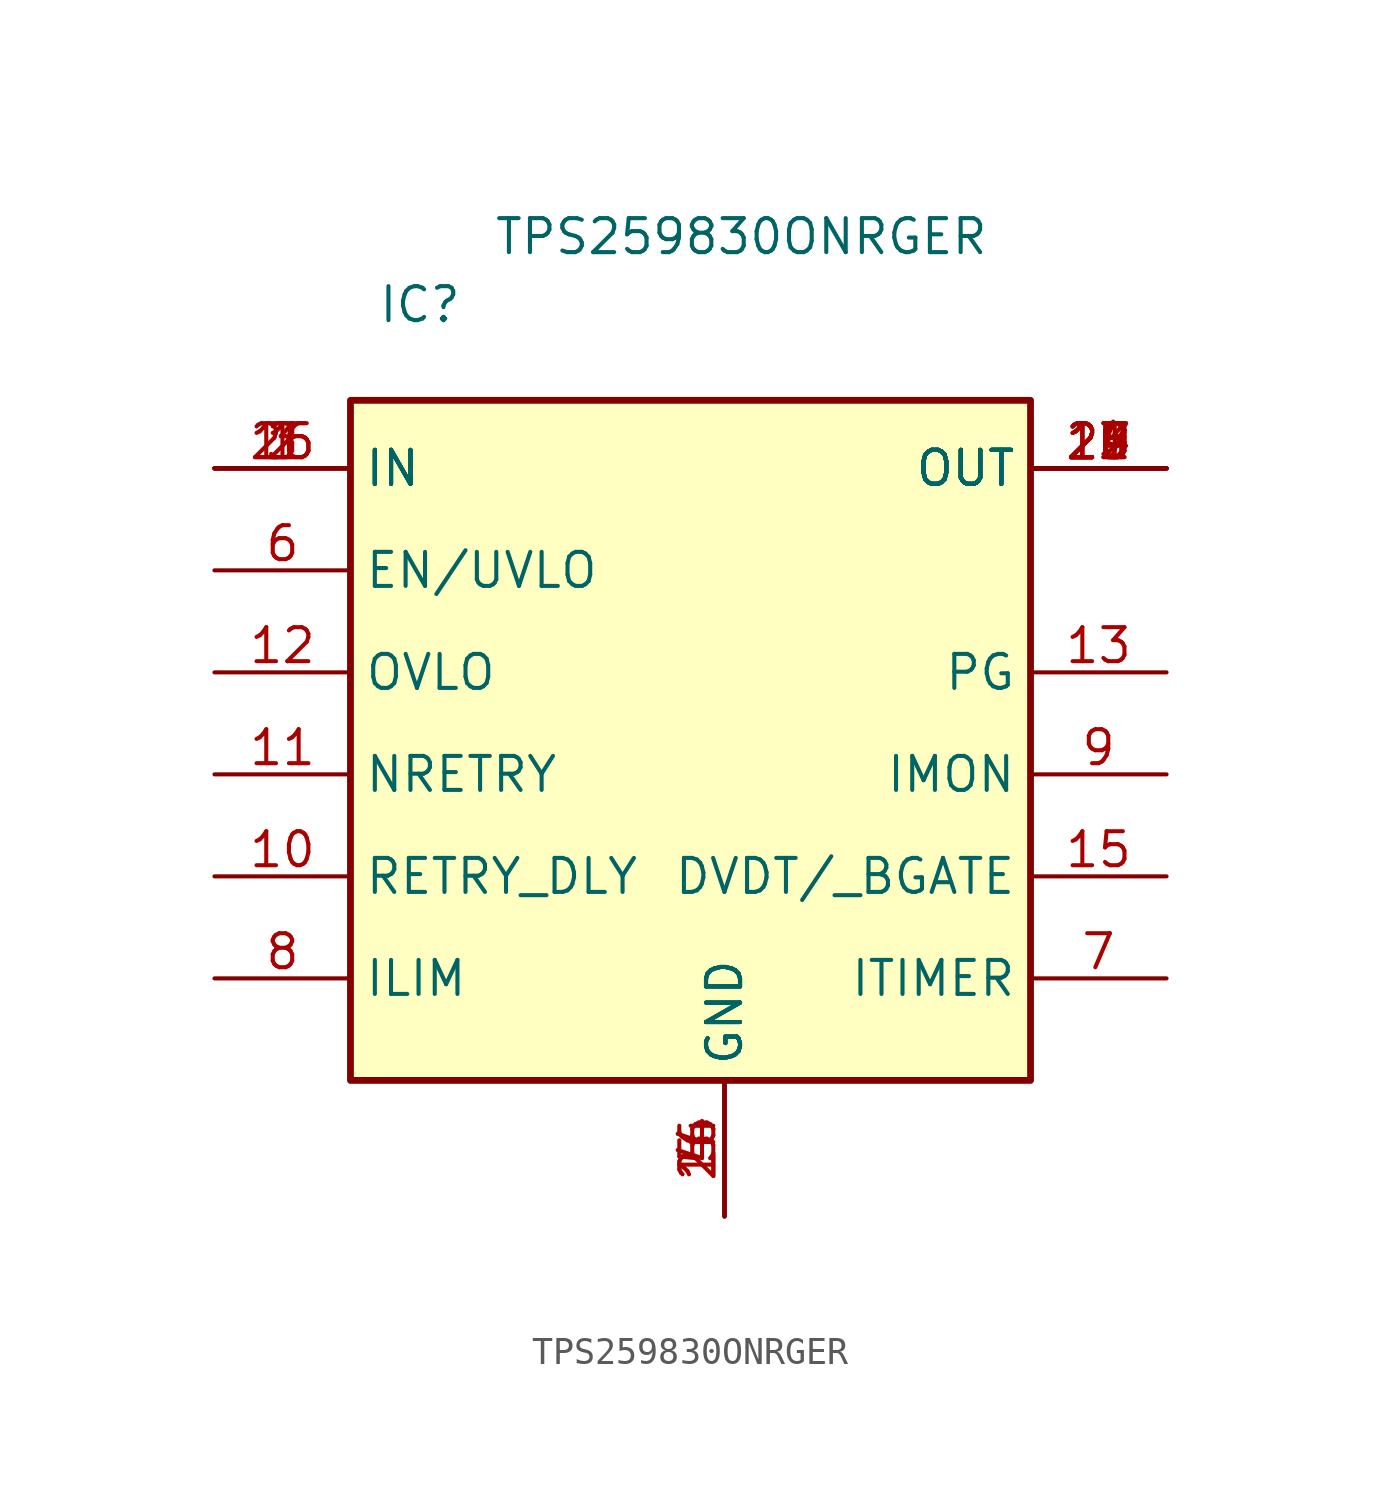
<source format=kicad_sym>
(kicad_symbol_lib
  (version 20241209)
  (generator "kicad_symbol_editor")
  (generator_version "9.0")
  (symbol "TPS259830ONRGER"
    (property "Reference" "IC"
      (at -11.684 17.018 0)
      (effects (font (size 1.27 1.27)) (justify left top)))
    (property "Value" "TPS259830ONRGER"
      (at -7.366 19.558 0)
      (effects (font (size 1.27 1.27)) (justify left top)))
    (symbol "TPS259830ONRGER_1_1"
      (rectangle (start -12.7 12.7) (end 12.7 -12.7) (stroke (width 0.254) (type default)) (fill (type background)))
      (pin passive line (at -17.78 10.16 0) (length 5.08) (name "IN" (effects (font (size 1.27 1.27)))) (number "1" (effects (font (size 1.27 1.27)))))
      (pin passive line (at -17.78 10.16 0) (length 5.08) (name "IN" (effects (font (size 1.27 1.27)))) (number "16" (effects (font (size 1.27 1.27)))))
      (pin passive line (at -17.78 10.16 0) (length 5.08) (name "IN" (effects (font (size 1.27 1.27)))) (number "2" (effects (font (size 1.27 1.27)))))
      (pin passive line (at -17.78 10.16 0) (length 5.08) (name "IN" (effects (font (size 1.27 1.27)))) (number "25" (effects (font (size 1.27 1.27)))))
      (pin passive line (at -17.78 10.16 0) (length 5.08) (name "IN" (effects (font (size 1.27 1.27)))) (number "3" (effects (font (size 1.27 1.27)))))
      (pin passive line (at -17.78 6.35 0) (length 5.08) (name "EN/UVLO" (effects (font (size 1.27 1.27)))) (number "6" (effects (font (size 1.27 1.27)))))
      (pin passive line (at -17.78 2.54 0) (length 5.08) (name "OVLO" (effects (font (size 1.27 1.27)))) (number "12" (effects (font (size 1.27 1.27)))))
      (pin passive line (at -17.78 -1.27 0) (length 5.08) (name "NRETRY" (effects (font (size 1.27 1.27)))) (number "11" (effects (font (size 1.27 1.27)))))
      (pin passive line (at -17.78 -5.08 0) (length 5.08) (name "RETRY_DLY" (effects (font (size 1.27 1.27)))) (number "10" (effects (font (size 1.27 1.27)))))
      (pin passive line (at -17.78 -8.89 0) (length 5.08) (name "ILIM" (effects (font (size 1.27 1.27)))) (number "8" (effects (font (size 1.27 1.27)))))
      (pin passive line (at 1.27 -17.78 90) (length 5.08) (name "GND" (effects (font (size 1.27 1.27)))) (number "14" (effects (font (size 1.27 1.27)))))
      (pin passive line (at 1.27 -17.78 90) (length 5.08) (name "GND" (effects (font (size 1.27 1.27)))) (number "26" (effects (font (size 1.27 1.27)))))
      (pin passive line (at 1.27 -17.78 90) (length 5.08) (name "GND" (effects (font (size 1.27 1.27)))) (number "4" (effects (font (size 1.27 1.27)))))
      (pin passive line (at 1.27 -17.78 90) (length 5.08) (name "GND" (effects (font (size 1.27 1.27)))) (number "5" (effects (font (size 1.27 1.27)))))
      (pin passive line (at 17.78 10.16 180) (length 5.08) (name "OUT" (effects (font (size 1.27 1.27)))) (number "17" (effects (font (size 1.27 1.27)))))
      (pin passive line (at 17.78 10.16 180) (length 5.08) (name "OUT" (effects (font (size 1.27 1.27)))) (number "18" (effects (font (size 1.27 1.27)))))
      (pin passive line (at 17.78 10.16 180) (length 5.08) (name "OUT" (effects (font (size 1.27 1.27)))) (number "19" (effects (font (size 1.27 1.27)))))
      (pin passive line (at 17.78 10.16 180) (length 5.08) (name "OUT" (effects (font (size 1.27 1.27)))) (number "20" (effects (font (size 1.27 1.27)))))
      (pin passive line (at 17.78 10.16 180) (length 5.08) (name "OUT" (effects (font (size 1.27 1.27)))) (number "21" (effects (font (size 1.27 1.27)))))
      (pin passive line (at 17.78 10.16 180) (length 5.08) (name "OUT" (effects (font (size 1.27 1.27)))) (number "22" (effects (font (size 1.27 1.27)))))
      (pin passive line (at 17.78 10.16 180) (length 5.08) (name "OUT" (effects (font (size 1.27 1.27)))) (number "23" (effects (font (size 1.27 1.27)))))
      (pin passive line (at 17.78 10.16 180) (length 5.08) (name "OUT" (effects (font (size 1.27 1.27)))) (number "24" (effects (font (size 1.27 1.27)))))
      (pin passive line (at 17.78 2.54 180) (length 5.08) (name "PG" (effects (font (size 1.27 1.27)))) (number "13" (effects (font (size 1.27 1.27)))))
      (pin passive line (at 17.78 -1.27 180) (length 5.08) (name "IMON" (effects (font (size 1.27 1.27)))) (number "9" (effects (font (size 1.27 1.27)))))
      (pin passive line (at 17.78 -5.08 180) (length 5.08) (name "DVDT/_BGATE" (effects (font (size 1.27 1.27)))) (number "15" (effects (font (size 1.27 1.27)))))
      (pin passive line (at 17.78 -8.89 180) (length 5.08) (name "ITIMER" (effects (font (size 1.27 1.27)))) (number "7" (effects (font (size 1.27 1.27))))))))
</source>
